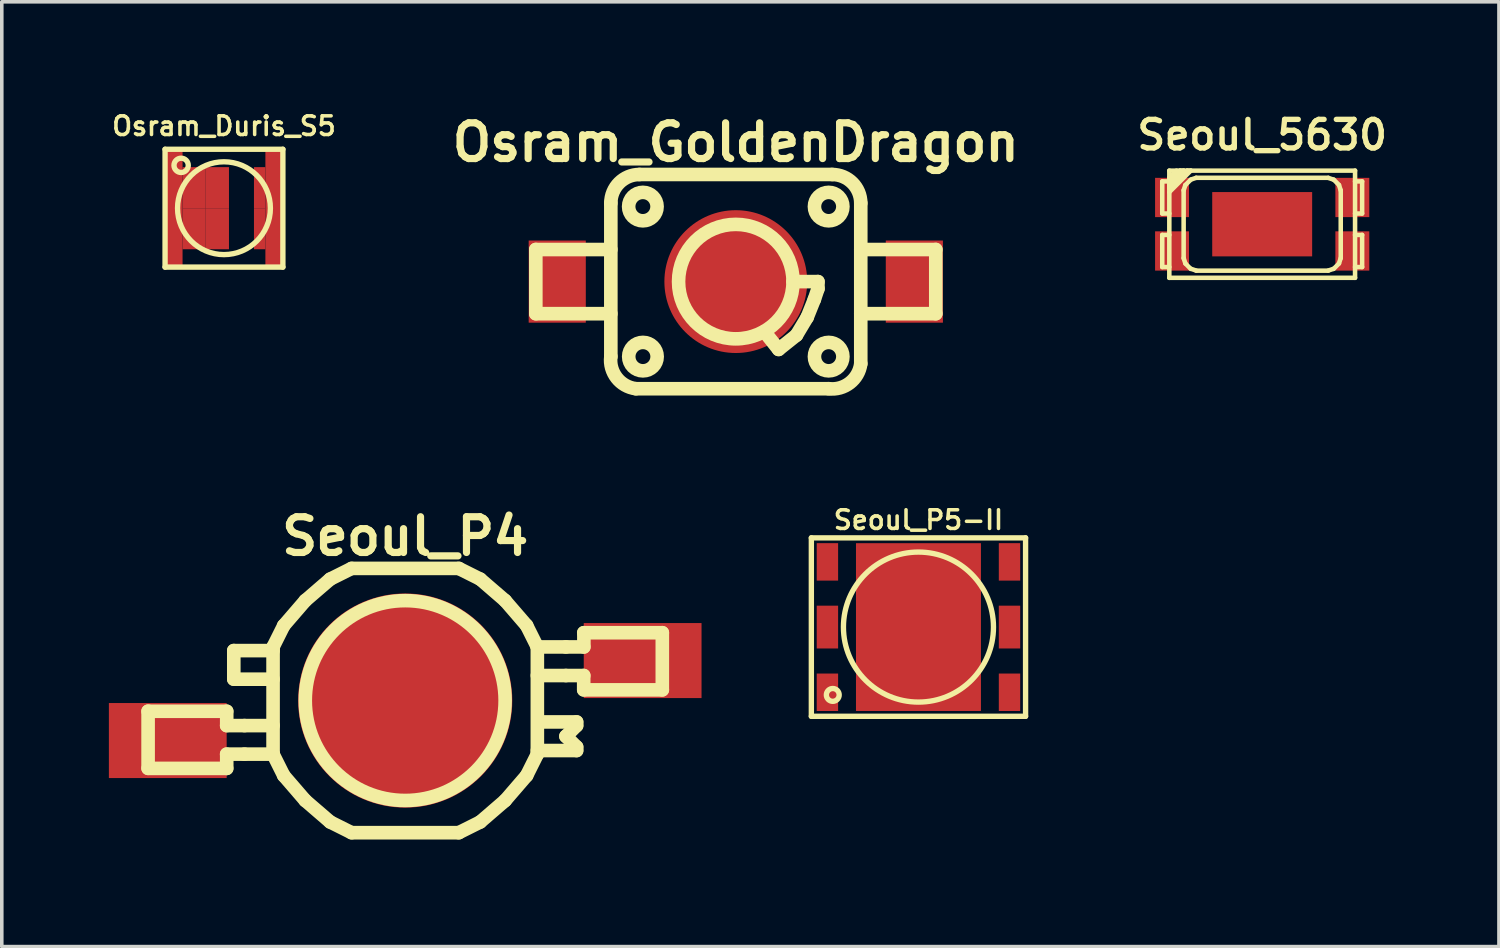
<source format=kicad_pcb>
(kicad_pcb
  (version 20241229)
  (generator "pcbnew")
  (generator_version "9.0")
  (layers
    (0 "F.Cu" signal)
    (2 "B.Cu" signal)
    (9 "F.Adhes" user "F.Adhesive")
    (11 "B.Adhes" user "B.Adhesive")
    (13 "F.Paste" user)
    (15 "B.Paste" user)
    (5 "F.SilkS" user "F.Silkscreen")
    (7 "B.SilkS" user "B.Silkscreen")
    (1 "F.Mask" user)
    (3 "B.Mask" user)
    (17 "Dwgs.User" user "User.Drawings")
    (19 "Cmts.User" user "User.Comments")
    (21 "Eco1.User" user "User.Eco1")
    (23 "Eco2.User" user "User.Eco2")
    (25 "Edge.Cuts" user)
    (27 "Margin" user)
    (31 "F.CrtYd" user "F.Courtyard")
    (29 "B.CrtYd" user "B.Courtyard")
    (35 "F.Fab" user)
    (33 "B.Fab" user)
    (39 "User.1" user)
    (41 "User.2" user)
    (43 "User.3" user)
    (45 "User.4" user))
  (footprint "Seoul_P4"
    (layer "F.Cu")
    (at 8.299 16.571)
    (property "Reference" "Seoul_P4" (at 0 -4.6 0) (layer "F.SilkS") (effects (font (size 1.001 1.001) (thickness 0.201))))
    (attr through_hole)
    (fp_line (start -7.201 0.3) (end -5.001 0.3) (stroke (width 0.381) (type solid)) (layer "F.SilkS"))
    (fp_line (start -7.201 1.897) (end -7.201 0.297) (stroke (width 0.381) (type solid)) (layer "F.SilkS"))
    (fp_line (start -7.201 1.9) (end -5.001 1.9) (stroke (width 0.381) (type solid)) (layer "F.SilkS"))
    (fp_line (start -4.999 0.3) (end -4.999 0.701) (stroke (width 0.381) (type solid)) (layer "F.SilkS"))
    (fp_line (start -4.999 1.9) (end -4.999 1.501) (stroke (width 0.381) (type solid)) (layer "F.SilkS"))
    (fp_line (start -4.801 -0.599) (end -4.801 -1.4) (stroke (width 0.381) (type solid)) (layer "F.SilkS"))
    (fp_line (start -4.501 0.701) (end -5.001 0.701) (stroke (width 0.381) (type solid)) (layer "F.SilkS"))
    (fp_line (start -4.501 0.701) (end -3.701 0.701) (stroke (width 0.381) (type solid)) (layer "F.SilkS"))
    (fp_line (start -4.501 1.501) (end -5.001 1.501) (stroke (width 0.381) (type solid)) (layer "F.SilkS"))
    (fp_line (start -4.501 1.501) (end -3.701 1.501) (stroke (width 0.381) (type solid)) (layer "F.SilkS"))
    (fp_line (start -3.701 -1.501) (end -3.401 -2.101) (stroke (width 0.381) (type solid)) (layer "F.SilkS"))
    (fp_line (start -3.701 -1.4) (end -4.801 -1.4) (stroke (width 0.381) (type solid)) (layer "F.SilkS"))
    (fp_line (start -3.701 -0.599) (end -4.801 -0.599) (stroke (width 0.381) (type solid)) (layer "F.SilkS"))
    (fp_line (start -3.701 1.501) (end -3.701 -1.501) (stroke (width 0.381) (type solid)) (layer "F.SilkS"))
    (fp_line (start -3.701 1.501) (end -3.401 2.101) (stroke (width 0.381) (type solid)) (layer "F.SilkS"))
    (fp_line (start -3.401 -2.101) (end -2.799 -2.799) (stroke (width 0.381) (type solid)) (layer "F.SilkS"))
    (fp_line (start -2.799 -2.799) (end -2.101 -3.401) (stroke (width 0.381) (type solid)) (layer "F.SilkS"))
    (fp_line (start -2.799 2.799) (end -3.401 2.101) (stroke (width 0.381) (type solid)) (layer "F.SilkS"))
    (fp_line (start -2.101 -3.401) (end -1.501 -3.701) (stroke (width 0.381) (type solid)) (layer "F.SilkS"))
    (fp_line (start -2.101 3.401) (end -2.799 2.799) (stroke (width 0.381) (type solid)) (layer "F.SilkS"))
    (fp_line (start -1.501 -3.701) (end 1.501 -3.701) (stroke (width 0.381) (type solid)) (layer "F.SilkS"))
    (fp_line (start -1.501 3.701) (end -2.101 3.401) (stroke (width 0.381) (type solid)) (layer "F.SilkS"))
    (fp_line (start 1.501 -3.701) (end 2.101 -3.401) (stroke (width 0.381) (type solid)) (layer "F.SilkS"))
    (fp_line (start 1.501 3.701) (end -1.501 3.701) (stroke (width 0.381) (type solid)) (layer "F.SilkS"))
    (fp_line (start 1.501 3.701) (end 2.101 3.401) (stroke (width 0.381) (type solid)) (layer "F.SilkS"))
    (fp_line (start 2.101 -3.401) (end 2.799 -2.799) (stroke (width 0.381) (type solid)) (layer "F.SilkS"))
    (fp_line (start 2.799 -2.799) (end 3.401 -2.101) (stroke (width 0.381) (type solid)) (layer "F.SilkS"))
    (fp_line (start 2.799 2.799) (end 2.101 3.401) (stroke (width 0.381) (type solid)) (layer "F.SilkS"))
    (fp_line (start 3.401 2.101) (end 2.799 2.799) (stroke (width 0.381) (type solid)) (layer "F.SilkS"))
    (fp_line (start 3.701 -1.501) (end 3.401 -2.101) (stroke (width 0.381) (type solid)) (layer "F.SilkS"))
    (fp_line (start 3.701 -1.501) (end 3.701 1.501) (stroke (width 0.381) (type solid)) (layer "F.SilkS"))
    (fp_line (start 3.701 1.4) (end 4.801 1.4) (stroke (width 0.381) (type solid)) (layer "F.SilkS"))
    (fp_line (start 3.701 1.501) (end 3.401 2.101) (stroke (width 0.381) (type solid)) (layer "F.SilkS"))
    (fp_line (start 3.8 0.599) (end 4.801 0.599) (stroke (width 0.381) (type solid)) (layer "F.SilkS"))
    (fp_line (start 4.501 -1.501) (end 3.701 -1.501) (stroke (width 0.381) (type solid)) (layer "F.SilkS"))
    (fp_line (start 4.501 -0.701) (end 3.701 -0.701) (stroke (width 0.381) (type solid)) (layer "F.SilkS"))
    (fp_line (start 4.501 1.001) (end 4.801 1.3) (stroke (width 0.381) (type solid)) (layer "F.SilkS"))
    (fp_line (start 4.801 0.599) (end 4.801 0.701) (stroke (width 0.381) (type solid)) (layer "F.SilkS"))
    (fp_line (start 4.801 0.701) (end 4.501 1.001) (stroke (width 0.381) (type solid)) (layer "F.SilkS"))
    (fp_line (start 4.801 1.3) (end 4.801 1.4) (stroke (width 0.381) (type solid)) (layer "F.SilkS"))
    (fp_line (start 4.999 -0.3) (end 4.999 -0.701) (stroke (width 0.381) (type solid)) (layer "F.SilkS"))
    (fp_line (start 5.001 -1.9) (end 7.201 -1.9) (stroke (width 0.381) (type solid)) (layer "F.SilkS"))
    (fp_line (start 5.001 -1.501) (end 4.501 -1.501) (stroke (width 0.381) (type solid)) (layer "F.SilkS"))
    (fp_line (start 5.001 -0.701) (end 4.501 -0.701) (stroke (width 0.381) (type solid)) (layer "F.SilkS"))
    (fp_line (start 5.004 -1.9) (end 5.004 -1.501) (stroke (width 0.381) (type solid)) (layer "F.SilkS"))
    (fp_line (start 7.201 -1.9) (end 7.201 -0.3) (stroke (width 0.381) (type solid)) (layer "F.SilkS"))
    (fp_line (start 7.201 -0.3) (end 5.001 -0.3) (stroke (width 0.381) (type solid)) (layer "F.SilkS"))
    (fp_circle (center 0 0) (end -2.799 0) (stroke (width 0.381) (type solid)) (fill no) (layer "F.SilkS"))
    (pad "1" smd rect (at -6.65 1.12) (size 3.299 2.101) (layers "F.Cu" "F.Mask" "F.Paste"))
    (pad "2" smd rect (at 6.65 -1.12) (size 3.299 2.101) (layers "F.Cu" "F.Mask" "F.Paste"))
    (pad "3" smd circle (at 0 0) (size 5.999 5.999) (layers "F.Cu" "F.Mask" "F.Paste")))
  (footprint "Seoul_5630"
    (layer "F.Cu")
    (at 32.301 3.23)
    (property "Reference" "Seoul_5630" (at 0 -2.499 0) (layer "F.SilkS") (effects (font (size 0.8 0.8) (thickness 0.15))))
    (attr through_hole)
    (fp_line (start -2.799 -1.199) (end -2.799 -0.3) (stroke (width 0.127) (type solid)) (layer "F.SilkS"))
    (fp_line (start -2.799 -0.3) (end -2.601 -0.3) (stroke (width 0.127) (type solid)) (layer "F.SilkS"))
    (fp_line (start -2.799 0.3) (end -2.799 1.199) (stroke (width 0.127) (type solid)) (layer "F.SilkS"))
    (fp_line (start -2.799 1.199) (end -2.601 1.199) (stroke (width 0.127) (type solid)) (layer "F.SilkS"))
    (fp_line (start -2.601 -1.501) (end -2.601 1.501) (stroke (width 0.127) (type solid)) (layer "F.SilkS"))
    (fp_line (start -2.601 -1.3) (end -2.4 -1.501) (stroke (width 0.127) (type solid)) (layer "F.SilkS"))
    (fp_line (start -2.601 -1.199) (end -2.799 -1.199) (stroke (width 0.127) (type solid)) (layer "F.SilkS"))
    (fp_line (start -2.601 -1.199) (end -2.601 -1.3) (stroke (width 0.127) (type solid)) (layer "F.SilkS"))
    (fp_line (start -2.601 -1.1) (end -2.2 -1.501) (stroke (width 0.127) (type solid)) (layer "F.SilkS"))
    (fp_line (start -2.601 -1.001) (end -2.601 -1.1) (stroke (width 0.127) (type solid)) (layer "F.SilkS"))
    (fp_line (start -2.601 -0.899) (end -1.999 -1.501) (stroke (width 0.127) (type solid)) (layer "F.SilkS"))
    (fp_line (start -2.601 0.3) (end -2.799 0.3) (stroke (width 0.127) (type solid)) (layer "F.SilkS"))
    (fp_line (start -2.601 1.501) (end 2.601 1.501) (stroke (width 0.127) (type solid)) (layer "F.SilkS"))
    (fp_line (start -2.301 -1.501) (end -2.601 -1.199) (stroke (width 0.127) (type solid)) (layer "F.SilkS"))
    (fp_line (start -2.2 -1.501) (end -2.301 -1.501) (stroke (width 0.127) (type solid)) (layer "F.SilkS"))
    (fp_line (start -2.2 -0.95) (end -2.2 0.95) (stroke (width 0.127) (type solid)) (layer "F.SilkS"))
    (fp_line (start -2.2 0.95) (end -2.151 1.1) (stroke (width 0.127) (type solid)) (layer "F.SilkS"))
    (fp_line (start -2.151 -1.1) (end -2.2 -0.95) (stroke (width 0.127) (type solid)) (layer "F.SilkS"))
    (fp_line (start -2.151 1.1) (end -2.002 1.25) (stroke (width 0.127) (type solid)) (layer "F.SilkS"))
    (fp_line (start -2.101 -1.501) (end -2.601 -1.001) (stroke (width 0.127) (type solid)) (layer "F.SilkS"))
    (fp_line (start -2.002 -1.247) (end -2.151 -1.097) (stroke (width 0.127) (type solid)) (layer "F.SilkS"))
    (fp_line (start -1.999 -1.501) (end -2.101 -1.501) (stroke (width 0.127) (type solid)) (layer "F.SilkS"))
    (fp_line (start -1.849 -1.3) (end -1.999 -1.25) (stroke (width 0.127) (type solid)) (layer "F.SilkS"))
    (fp_line (start -1.849 1.298) (end -1.999 1.247) (stroke (width 0.127) (type solid)) (layer "F.SilkS"))
    (fp_line (start -1.849 1.3) (end 1.849 1.3) (stroke (width 0.127) (type solid)) (layer "F.SilkS"))
    (fp_line (start 1.849 -1.3) (end -1.849 -1.3) (stroke (width 0.127) (type solid)) (layer "F.SilkS"))
    (fp_line (start 1.852 1.298) (end 2.002 1.247) (stroke (width 0.127) (type solid)) (layer "F.SilkS"))
    (fp_line (start 2.002 -1.247) (end 1.852 -1.298) (stroke (width 0.127) (type solid)) (layer "F.SilkS"))
    (fp_line (start 2.151 -1.1) (end 2.002 -1.25) (stroke (width 0.127) (type solid)) (layer "F.SilkS"))
    (fp_line (start 2.151 1.1) (end 2.002 1.25) (stroke (width 0.127) (type solid)) (layer "F.SilkS"))
    (fp_line (start 2.2 -0.947) (end 2.151 -1.097) (stroke (width 0.127) (type solid)) (layer "F.SilkS"))
    (fp_line (start 2.2 0.947) (end 2.151 1.097) (stroke (width 0.127) (type solid)) (layer "F.SilkS"))
    (fp_line (start 2.2 0.95) (end 2.2 -0.95) (stroke (width 0.127) (type solid)) (layer "F.SilkS"))
    (fp_line (start 2.601 -1.501) (end -2.601 -1.501) (stroke (width 0.127) (type solid)) (layer "F.SilkS"))
    (fp_line (start 2.601 -0.3) (end 2.799 -0.3) (stroke (width 0.127) (type solid)) (layer "F.SilkS"))
    (fp_line (start 2.601 1.199) (end 2.799 1.199) (stroke (width 0.127) (type solid)) (layer "F.SilkS"))
    (fp_line (start 2.601 1.501) (end 2.601 -1.501) (stroke (width 0.127) (type solid)) (layer "F.SilkS"))
    (fp_line (start 2.799 -1.199) (end 2.601 -1.199) (stroke (width 0.127) (type solid)) (layer "F.SilkS"))
    (fp_line (start 2.799 -0.3) (end 2.799 -1.199) (stroke (width 0.127) (type solid)) (layer "F.SilkS"))
    (fp_line (start 2.799 0.3) (end 2.601 0.3) (stroke (width 0.127) (type solid)) (layer "F.SilkS"))
    (fp_line (start 2.799 1.199) (end 2.799 0.3) (stroke (width 0.127) (type solid)) (layer "F.SilkS"))
    (pad "1" smd rect (at 2.525 -0.749) (size 0.95 1.1) (layers "F.Cu" "F.Mask" "F.Paste"))
    (pad "2" smd rect (at -2.525 0.749) (size 0.95 1.1) (layers "F.Cu" "F.Mask" "F.Paste"))
    (pad "3" smd rect (at 0 0) (size 2.799 1.801) (layers "F.Cu" "F.Mask" "F.Paste"))
    (pad "4" smd rect (at -2.525 -0.749) (size 0.95 1.1) (layers "F.Cu" "F.Mask" "F.Paste"))
    (pad "5" smd rect (at 2.525 0.749) (size 0.95 1.1) (layers "F.Cu" "F.Mask" "F.Paste")))
  (footprint "Osram_GoldenDragon"
    (layer "F.Cu")
    (at 17.558 4.837)
    (property "Reference" "Osram_GoldenDragon" (at 0 -3.899 0) (layer "F.SilkS") (effects (font (size 1.001 1.001) (thickness 0.201))))
    (attr through_hole)
    (fp_line (start -5.601 -0.899) (end -5.601 0.899) (stroke (width 0.381) (type solid)) (layer "F.SilkS"))
    (fp_line (start -5.601 0.899) (end -3.5 0.899) (stroke (width 0.381) (type solid)) (layer "F.SilkS"))
    (fp_line (start -3.5 -0.899) (end -5.601 -0.899) (stroke (width 0.381) (type solid)) (layer "F.SilkS"))
    (fp_line (start -3.5 2.101) (end -3.5 -2.2) (stroke (width 0.381) (type solid)) (layer "F.SilkS"))
    (fp_line (start -2.7 -3) (end 2.7 -3) (stroke (width 0.381) (type solid)) (layer "F.SilkS"))
    (fp_line (start 1.199 1.9) (end 0.8 1.4) (stroke (width 0.381) (type solid)) (layer "F.SilkS"))
    (fp_line (start 1.6 0) (end 2.301 0) (stroke (width 0.381) (type solid)) (layer "F.SilkS"))
    (fp_line (start 1.699 1.501) (end 1.199 1.9) (stroke (width 0.381) (type solid)) (layer "F.SilkS"))
    (fp_line (start 1.999 1.001) (end 1.699 1.501) (stroke (width 0.381) (type solid)) (layer "F.SilkS"))
    (fp_line (start 2.2 0.5) (end 1.999 1.001) (stroke (width 0.381) (type solid)) (layer "F.SilkS"))
    (fp_line (start 2.301 0) (end 2.301 0.201) (stroke (width 0.381) (type solid)) (layer "F.SilkS"))
    (fp_line (start 2.301 0.201) (end 2.2 0.5) (stroke (width 0.381) (type solid)) (layer "F.SilkS"))
    (fp_line (start 2.601 3) (end -2.799 3) (stroke (width 0.381) (type solid)) (layer "F.SilkS"))
    (fp_line (start 3.5 -2.2) (end 3.5 2.301) (stroke (width 0.381) (type solid)) (layer "F.SilkS"))
    (fp_line (start 5.601 -0.899) (end 3.5 -0.899) (stroke (width 0.381) (type solid)) (layer "F.SilkS"))
    (fp_line (start 5.601 -0.899) (end 5.601 0.899) (stroke (width 0.381) (type solid)) (layer "F.SilkS"))
    (fp_line (start 5.601 0.899) (end 3.5 0.899) (stroke (width 0.381) (type solid)) (layer "F.SilkS"))
    (fp_arc (start -3.50012 -2.19964) (mid -3.265776 -2.765396) (end -2.70002 -2.99974) (stroke (width 0.381) (type solid)) (layer "F.SilkS"))
    (fp_arc (start -2.79908 2.99974) (mid -3.335822 2.69535) (end -3.50012 2.10058) (stroke (width 0.381) (type solid)) (layer "F.SilkS"))
    (fp_arc (start 2.70002 -2.99974) (mid 3.265776 -2.765396) (end 3.50012 -2.19964) (stroke (width 0.381) (type solid)) (layer "F.SilkS"))
    (fp_arc (start 3.50012 2.30124) (mid 3.193934 2.837238) (end 2.59842 2.99974) (stroke (width 0.381) (type solid)) (layer "F.SilkS"))
    (fp_circle (center -2.603 -2.101) (end -3.002 -2.101) (stroke (width 0.381) (type solid)) (fill no) (layer "F.SilkS"))
    (fp_circle (center -2.601 2.101) (end -3 2.101) (stroke (width 0.381) (type solid)) (fill no) (layer "F.SilkS"))
    (fp_circle (center 0 0) (end 1.6 -0.099) (stroke (width 0.381) (type solid)) (fill no) (layer "F.SilkS"))
    (fp_circle (center 2.601 -2.101) (end 3 -2.101) (stroke (width 0.381) (type solid)) (fill no) (layer "F.SilkS"))
    (fp_circle (center 2.601 2.101) (end 3 2.101) (stroke (width 0.381) (type solid)) (fill no) (layer "F.SilkS"))
    (pad "1" smd rect (at -5.001 0) (size 1.6 2.301) (layers "F.Cu" "F.Mask" "F.Paste"))
    (pad "2" smd rect (at 5.001 0) (size 1.6 2.301) (layers "F.Cu" "F.Mask" "F.Paste"))
    (pad "3" smd circle (at 0 0) (size 4 4) (layers "F.Cu" "F.Mask" "F.Paste")))
  (footprint "Seoul_P5-II"
    (layer "F.Cu")
    (at 22.674 14.513)
    (property "Reference" "Seoul_P5-II" (at 0 -3 0) (layer "F.SilkS") (effects (font (size 0.523 0.523) (thickness 0.099))))
    (attr through_hole)
    (fp_line (start -3 -2.499) (end -3 2.499) (stroke (width 0.15) (type solid)) (layer "F.SilkS"))
    (fp_line (start -3 -2.499) (end 3 -2.499) (stroke (width 0.15) (type solid)) (layer "F.SilkS"))
    (fp_line (start 3 -2.499) (end 3 2.499) (stroke (width 0.15) (type solid)) (layer "F.SilkS"))
    (fp_line (start 3 2.499) (end -3 2.499) (stroke (width 0.15) (type solid)) (layer "F.SilkS"))
    (fp_circle (center -2.4 1.9) (end -2.55 1.999) (stroke (width 0.15) (type solid)) (fill no) (layer "F.SilkS"))
    (fp_circle (center 0 0) (end 0 -2.101) (stroke (width 0.15) (type solid)) (fill no) (layer "F.SilkS"))
    (pad "1" smd rect (at 2.55 -1.826) (size 0.599 1.049) (layers "F.Cu" "F.Mask" "F.Paste"))
    (pad "2" smd rect (at 2.55 0) (size 0.599 1.199) (layers "F.Cu" "F.Mask" "F.Paste"))
    (pad "3" smd rect (at 2.55 1.826) (size 0.599 1.049) (layers "F.Cu" "F.Mask" "F.Paste"))
    (pad "4" smd rect (at -2.55 1.826) (size 0.599 1.049) (layers "F.Cu" "F.Mask" "F.Paste"))
    (pad "5" smd rect (at -2.55 0) (size 0.599 1.199) (layers "F.Cu" "F.Mask" "F.Paste"))
    (pad "6" smd rect (at -2.55 -1.826) (size 0.599 1.049) (layers "F.Cu" "F.Mask" "F.Paste"))
    (pad "7" smd rect (at 0 0) (size 3.5 4.699) (layers "F.Cu" "F.Mask" "F.Paste")))
  (footprint "Osram_Duris_S5"
    (layer "F.Cu")
    (at 3.223 2.781)
    (property "Reference" "Osram_Duris_S5" (at 0 -2.301 0) (layer "F.SilkS") (effects (font (size 0.523 0.523) (thickness 0.099))))
    (attr through_hole)
    (fp_line (start -1.65 -1.65) (end -1.65 1.65) (stroke (width 0.15) (type solid)) (layer "F.SilkS"))
    (fp_line (start -1.65 1.65) (end 1.65 1.65) (stroke (width 0.15) (type solid)) (layer "F.SilkS"))
    (fp_line (start 1.65 -1.65) (end -1.65 -1.65) (stroke (width 0.15) (type solid)) (layer "F.SilkS"))
    (fp_line (start 1.65 1.65) (end 1.65 -1.65) (stroke (width 0.15) (type solid)) (layer "F.SilkS"))
    (fp_circle (center -1.2 -1.2) (end -1.4 -1.2) (stroke (width 0.15) (type solid)) (fill no) (layer "F.SilkS"))
    (fp_circle (center 0 0) (end -1.3 0) (stroke (width 0.15) (type solid)) (fill no) (layer "F.SilkS"))
    (pad "1" smd rect (at 1 -0.575) (size 0.32 1.15) (layers "F.Cu" "F.Mask" "F.Paste"))
    (pad "1" smd rect (at 1 0.575) (size 0.32 1.15) (layers "F.Cu" "F.Mask" "F.Paste"))
    (pad "1" smd rect (at 1.405 0) (size 0.49 3.3) (layers "F.Cu"))
    (pad "2" smd rect (at -1.405 0) (size 0.49 3.3) (layers "F.Cu"))
    (pad "2" smd rect (at -0.835 -0.575) (size 0.65 1.15) (layers "F.Cu" "F.Mask" "F.Paste"))
    (pad "2" smd rect (at -0.835 0.575) (size 0.65 1.15) (layers "F.Cu" "F.Mask" "F.Paste"))
    (pad "2" smd rect (at -0.185 -0.575) (size 0.65 1.15) (layers "F.Cu" "F.Mask" "F.Paste"))
    (pad "2" smd rect (at -0.185 0.575) (size 0.65 1.15) (layers "F.Cu" "F.Mask" "F.Paste")))
  (gr_rect
    (start -3 -3)
    (end 38.932 23.462)
    (stroke (width 0.1) (type default))
    (fill no)
    (layer "Edge.Cuts")))
</source>
